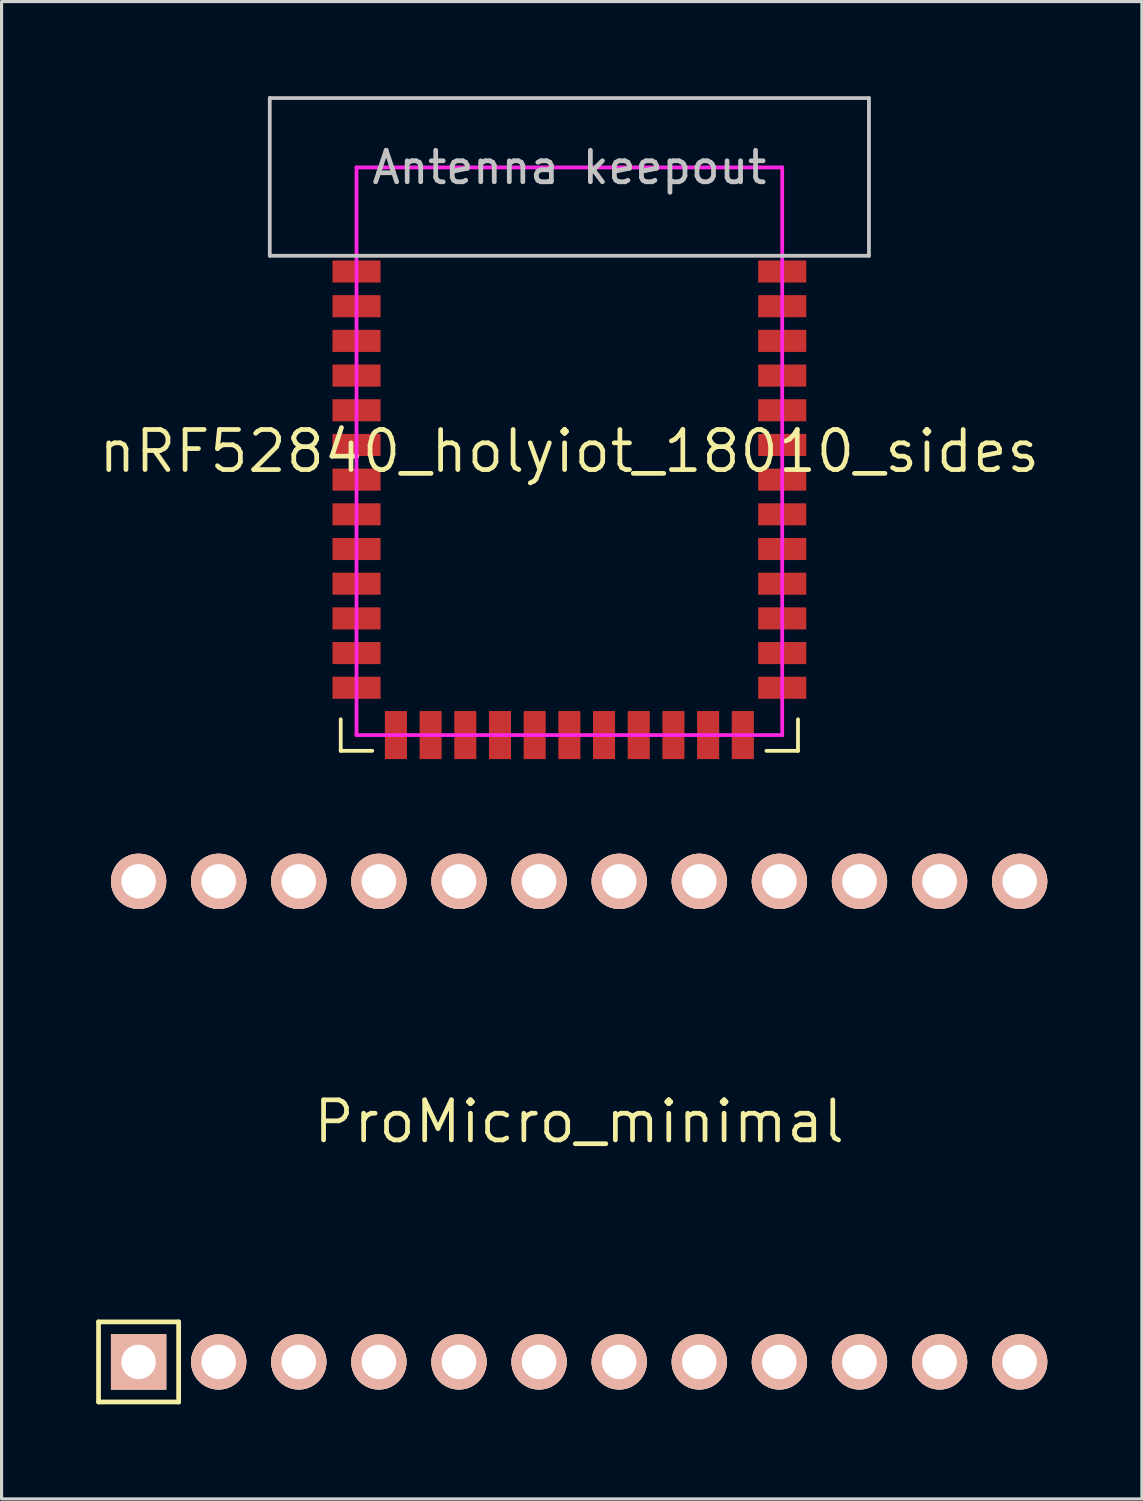
<source format=kicad_pcb>
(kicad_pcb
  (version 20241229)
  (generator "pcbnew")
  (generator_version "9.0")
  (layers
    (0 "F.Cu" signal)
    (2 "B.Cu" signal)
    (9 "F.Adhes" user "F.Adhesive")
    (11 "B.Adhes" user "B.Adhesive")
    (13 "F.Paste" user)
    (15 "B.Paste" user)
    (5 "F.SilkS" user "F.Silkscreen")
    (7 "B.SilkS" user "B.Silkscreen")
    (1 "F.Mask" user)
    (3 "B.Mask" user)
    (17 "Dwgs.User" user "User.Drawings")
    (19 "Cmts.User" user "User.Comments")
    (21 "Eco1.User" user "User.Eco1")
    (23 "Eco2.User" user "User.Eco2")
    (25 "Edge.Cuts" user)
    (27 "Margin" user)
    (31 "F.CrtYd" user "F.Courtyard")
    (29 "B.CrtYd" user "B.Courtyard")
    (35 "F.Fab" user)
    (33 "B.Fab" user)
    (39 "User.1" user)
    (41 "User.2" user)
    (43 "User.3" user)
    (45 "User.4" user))
  (footprint "nRF52840_holyiot_18010_sides"
    (layer "F.Cu")
    (at 15.005 11.26)
    (property "Reference" "nRF52840_holyiot_18010_sides" (at 0 0 180) (layer "F.SilkS") (effects (font (size 1.27 1.27) (thickness 0.15))))
    (attr through_hole)
    (fp_line (start -7.25 8.5) (end -7.25 9.5) (stroke (width 0.12) (type solid)) (layer "F.SilkS"))
    (fp_line (start -6.25 9.5) (end -7.25 9.5) (stroke (width 0.12) (type solid)) (layer "F.SilkS"))
    (fp_line (start 6.25 9.5) (end 7.25 9.5) (stroke (width 0.12) (type solid)) (layer "F.SilkS"))
    (fp_line (start 7.25 8.5) (end 7.25 9.5) (stroke (width 0.12) (type solid)) (layer "F.SilkS"))
    (fp_line (start -9.5 -11.2) (end 9.5 -11.2) (stroke (width 0.12) (type solid)) (layer "Dwgs.User"))
    (fp_line (start -9.5 -6.2) (end -9.5 -11.2) (stroke (width 0.12) (type solid)) (layer "Dwgs.User"))
    (fp_line (start 9.5 -11.2) (end 9.5 -6.2) (stroke (width 0.12) (type solid)) (layer "Dwgs.User"))
    (fp_line (start 9.5 -6.2) (end -9.5 -6.2) (stroke (width 0.12) (type solid)) (layer "Dwgs.User"))
    (fp_line (start -6.75 -9) (end 6.75 -9) (stroke (width 0.12) (type solid)) (layer "F.CrtYd"))
    (fp_line (start -6.75 9) (end -6.75 -9) (stroke (width 0.12) (type solid)) (layer "F.CrtYd"))
    (fp_line (start 6.75 -9) (end 6.75 9) (stroke (width 0.12) (type solid)) (layer "F.CrtYd"))
    (fp_line (start 6.75 9) (end -6.75 9) (stroke (width 0.12) (type solid)) (layer "F.CrtYd"))
    (fp_text user "Antenna keepout" (at 0 -9 180) (layer "Dwgs.User") (effects (font (size 1 1) (thickness 0.15))))
    (pad "1" smd rect (at -6.75 -5.7) (size 1.524 0.7) (layers "F.Cu" "F.Mask" "F.Paste"))
    (pad "2" smd rect (at -6.75 -4.6) (size 1.524 0.7) (layers "F.Cu" "F.Mask" "F.Paste"))
    (pad "3" smd rect (at -6.75 -3.5) (size 1.524 0.7) (layers "F.Cu" "F.Mask" "F.Paste"))
    (pad "4" smd rect (at -6.75 -2.4) (size 1.524 0.7) (layers "F.Cu" "F.Mask" "F.Paste"))
    (pad "5" smd rect (at -6.75 -1.3) (size 1.524 0.7) (layers "F.Cu" "F.Mask" "F.Paste"))
    (pad "6" smd rect (at -6.75 -0.2) (size 1.524 0.7) (layers "F.Cu" "F.Mask" "F.Paste"))
    (pad "7" smd rect (at -6.75 0.9) (size 1.524 0.7) (layers "F.Cu" "F.Mask" "F.Paste"))
    (pad "8" smd rect (at -6.75 2) (size 1.524 0.7) (layers "F.Cu" "F.Mask" "F.Paste"))
    (pad "9" smd rect (at -6.75 3.1) (size 1.524 0.7) (layers "F.Cu" "F.Mask" "F.Paste"))
    (pad "10" smd rect (at -6.75 4.2) (size 1.524 0.7) (layers "F.Cu" "F.Mask" "F.Paste"))
    (pad "11" smd rect (at -6.75 5.3) (size 1.524 0.7) (layers "F.Cu" "F.Mask" "F.Paste"))
    (pad "12" smd rect (at -6.75 6.4) (size 1.524 0.7) (layers "F.Cu" "F.Mask" "F.Paste"))
    (pad "13" smd rect (at -6.75 7.5) (size 1.524 0.7) (layers "F.Cu" "F.Mask" "F.Paste"))
    (pad "14" smd rect (at -5.5 9 90) (size 1.524 0.7) (layers "F.Cu" "F.Mask" "F.Paste"))
    (pad "15" smd rect (at -4.4 9 90) (size 1.524 0.7) (layers "F.Cu" "F.Mask" "F.Paste"))
    (pad "16" smd rect (at -3.3 9 90) (size 1.524 0.7) (layers "F.Cu" "F.Mask" "F.Paste"))
    (pad "17" smd rect (at -2.2 9 90) (size 1.524 0.7) (layers "F.Cu" "F.Mask" "F.Paste"))
    (pad "18" smd rect (at -1.1 9 90) (size 1.524 0.7) (layers "F.Cu" "F.Mask" "F.Paste"))
    (pad "19" smd rect (at 0 9 90) (size 1.524 0.7) (layers "F.Cu" "F.Mask" "F.Paste"))
    (pad "20" smd rect (at 1.1 9 90) (size 1.524 0.7) (layers "F.Cu" "F.Mask" "F.Paste"))
    (pad "21" smd rect (at 2.2 9 90) (size 1.524 0.7) (layers "F.Cu" "F.Mask" "F.Paste"))
    (pad "22" smd rect (at 3.3 9 90) (size 1.524 0.7) (layers "F.Cu" "F.Mask" "F.Paste"))
    (pad "23" smd rect (at 4.4 9 90) (size 1.524 0.7) (layers "F.Cu" "F.Mask" "F.Paste"))
    (pad "24" smd rect (at 5.5 9 90) (size 1.524 0.7) (layers "F.Cu" "F.Mask" "F.Paste"))
    (pad "25" smd rect (at 6.75 7.5 180) (size 1.524 0.7) (layers "F.Cu" "F.Mask" "F.Paste"))
    (pad "26" smd rect (at 6.75 6.4 180) (size 1.524 0.7) (layers "F.Cu" "F.Mask" "F.Paste"))
    (pad "27" smd rect (at 6.75 5.3 180) (size 1.524 0.7) (layers "F.Cu" "F.Mask" "F.Paste"))
    (pad "28" smd rect (at 6.75 4.2 180) (size 1.524 0.7) (layers "F.Cu" "F.Mask" "F.Paste"))
    (pad "29" smd rect (at 6.75 3.1 180) (size 1.524 0.7) (layers "F.Cu" "F.Mask" "F.Paste"))
    (pad "30" smd rect (at 6.75 2 180) (size 1.524 0.7) (layers "F.Cu" "F.Mask" "F.Paste"))
    (pad "31" smd rect (at 6.75 0.9 180) (size 1.524 0.7) (layers "F.Cu" "F.Mask" "F.Paste"))
    (pad "32" smd rect (at 6.75 -0.2 180) (size 1.524 0.7) (layers "F.Cu" "F.Mask" "F.Paste"))
    (pad "33" smd rect (at 6.75 -1.3 180) (size 1.524 0.7) (layers "F.Cu" "F.Mask" "F.Paste"))
    (pad "34" smd rect (at 6.75 -2.4 180) (size 1.524 0.7) (layers "F.Cu" "F.Mask" "F.Paste"))
    (pad "35" smd rect (at 6.75 -3.5 180) (size 1.524 0.7) (layers "F.Cu" "F.Mask" "F.Paste"))
    (pad "36" smd rect (at 6.75 -4.6 180) (size 1.524 0.7) (layers "F.Cu" "F.Mask" "F.Paste"))
    (pad "37" smd rect (at 6.75 -5.7 180) (size 1.524 0.7) (layers "F.Cu" "F.Mask" "F.Paste"))
    (zone (net_name "") (layers "F.Cu" "B.Cu") (name "holyiot-keepout") (hatch edge 0.508) (connect_pads) (min_thickness 0.254) (filled_areas_thickness no) (keepout (tracks not_allowed) (vias not_allowed) (pads not_allowed) (copperpour not_allowed) (footprints not_allowed)) (placement (enabled no)) (fill) (polygon (pts (xy 5.505 0.06) (xy 24.505 0.06) (xy 24.505 5.06) (xy 5.505 5.06)))))
  (footprint "ProMicro_minimal"
    (layer "F.Cu")
    (at 15.315 32.518)
    (property "Reference" "ProMicro_minimal" (at 0 0 180) (layer "F.SilkS") (effects (font (size 1.27 1.27) (thickness 0.15))))
    (attr through_hole)
    (fp_line (start -15.24 6.35) (end -15.24 8.89) (stroke (width 0.15) (type solid)) (layer "F.SilkS"))
    (fp_line (start -15.24 6.35) (end -12.7 6.35) (stroke (width 0.15) (type solid)) (layer "F.SilkS"))
    (fp_line (start -15.24 8.89) (end -12.7 8.89) (stroke (width 0.15) (type solid)) (layer "F.SilkS"))
    (fp_line (start -12.7 6.35) (end -12.7 8.89) (stroke (width 0.15) (type solid)) (layer "F.SilkS"))
    (pad "1" thru_hole rect (at -13.97 7.62) (size 1.753 1.753) (drill 1.092) (layers "*.Cu" "*.SilkS" "*.Mask"))
    (pad "2" thru_hole circle (at -11.43 7.62) (size 1.753 1.753) (drill 1.092) (layers "*.Cu" "*.SilkS" "*.Mask"))
    (pad "3" thru_hole circle (at -8.89 7.62) (size 1.753 1.753) (drill 1.092) (layers "*.Cu" "*.SilkS" "*.Mask"))
    (pad "4" thru_hole circle (at -6.35 7.62) (size 1.753 1.753) (drill 1.092) (layers "*.Cu" "*.SilkS" "*.Mask"))
    (pad "5" thru_hole circle (at -3.81 7.62) (size 1.753 1.753) (drill 1.092) (layers "*.Cu" "*.SilkS" "*.Mask"))
    (pad "6" thru_hole circle (at -1.27 7.62) (size 1.753 1.753) (drill 1.092) (layers "*.Cu" "*.SilkS" "*.Mask"))
    (pad "7" thru_hole circle (at 1.27 7.62) (size 1.753 1.753) (drill 1.092) (layers "*.Cu" "*.SilkS" "*.Mask"))
    (pad "8" thru_hole circle (at 3.81 7.62) (size 1.753 1.753) (drill 1.092) (layers "*.Cu" "*.SilkS" "*.Mask"))
    (pad "9" thru_hole circle (at 6.35 7.62) (size 1.753 1.753) (drill 1.092) (layers "*.Cu" "*.SilkS" "*.Mask"))
    (pad "10" thru_hole circle (at 8.89 7.62) (size 1.753 1.753) (drill 1.092) (layers "*.Cu" "*.SilkS" "*.Mask"))
    (pad "11" thru_hole circle (at 11.43 7.62) (size 1.753 1.753) (drill 1.092) (layers "*.Cu" "*.SilkS" "*.Mask"))
    (pad "12" thru_hole circle (at 13.97 7.62) (size 1.753 1.753) (drill 1.092) (layers "*.Cu" "*.SilkS" "*.Mask"))
    (pad "13" thru_hole circle (at -13.97 -7.62) (size 1.753 1.753) (drill 1.092) (layers "*.Cu" "*.SilkS" "*.Mask"))
    (pad "14" thru_hole circle (at -11.43 -7.62) (size 1.753 1.753) (drill 1.092) (layers "*.Cu" "*.SilkS" "*.Mask"))
    (pad "15" thru_hole circle (at -8.89 -7.62) (size 1.753 1.753) (drill 1.092) (layers "*.Cu" "*.SilkS" "*.Mask"))
    (pad "16" thru_hole circle (at -6.35 -7.62) (size 1.753 1.753) (drill 1.092) (layers "*.Cu" "*.SilkS" "*.Mask"))
    (pad "17" thru_hole circle (at -3.81 -7.62) (size 1.753 1.753) (drill 1.092) (layers "*.Cu" "*.SilkS" "*.Mask"))
    (pad "18" thru_hole circle (at -1.27 -7.62) (size 1.753 1.753) (drill 1.092) (layers "*.Cu" "*.SilkS" "*.Mask"))
    (pad "19" thru_hole circle (at 1.27 -7.62) (size 1.753 1.753) (drill 1.092) (layers "*.Cu" "*.SilkS" "*.Mask"))
    (pad "20" thru_hole circle (at 3.81 -7.62) (size 1.753 1.753) (drill 1.092) (layers "*.Cu" "*.SilkS" "*.Mask"))
    (pad "21" thru_hole circle (at 6.35 -7.62) (size 1.753 1.753) (drill 1.092) (layers "*.Cu" "*.SilkS" "*.Mask"))
    (pad "22" thru_hole circle (at 8.89 -7.62) (size 1.753 1.753) (drill 1.092) (layers "*.Cu" "*.SilkS" "*.Mask"))
    (pad "23" thru_hole circle (at 11.43 -7.62) (size 1.753 1.753) (drill 1.092) (layers "*.Cu" "*.SilkS" "*.Mask"))
    (pad "24" thru_hole circle (at 13.97 -7.62) (size 1.753 1.753) (drill 1.092) (layers "*.Cu" "*.SilkS" "*.Mask")))
  (gr_rect
    (start -3 -3)
    (end 33.161 44.483)
    (stroke (width 0.1) (type default))
    (fill no)
    (layer "Edge.Cuts")))
</source>
